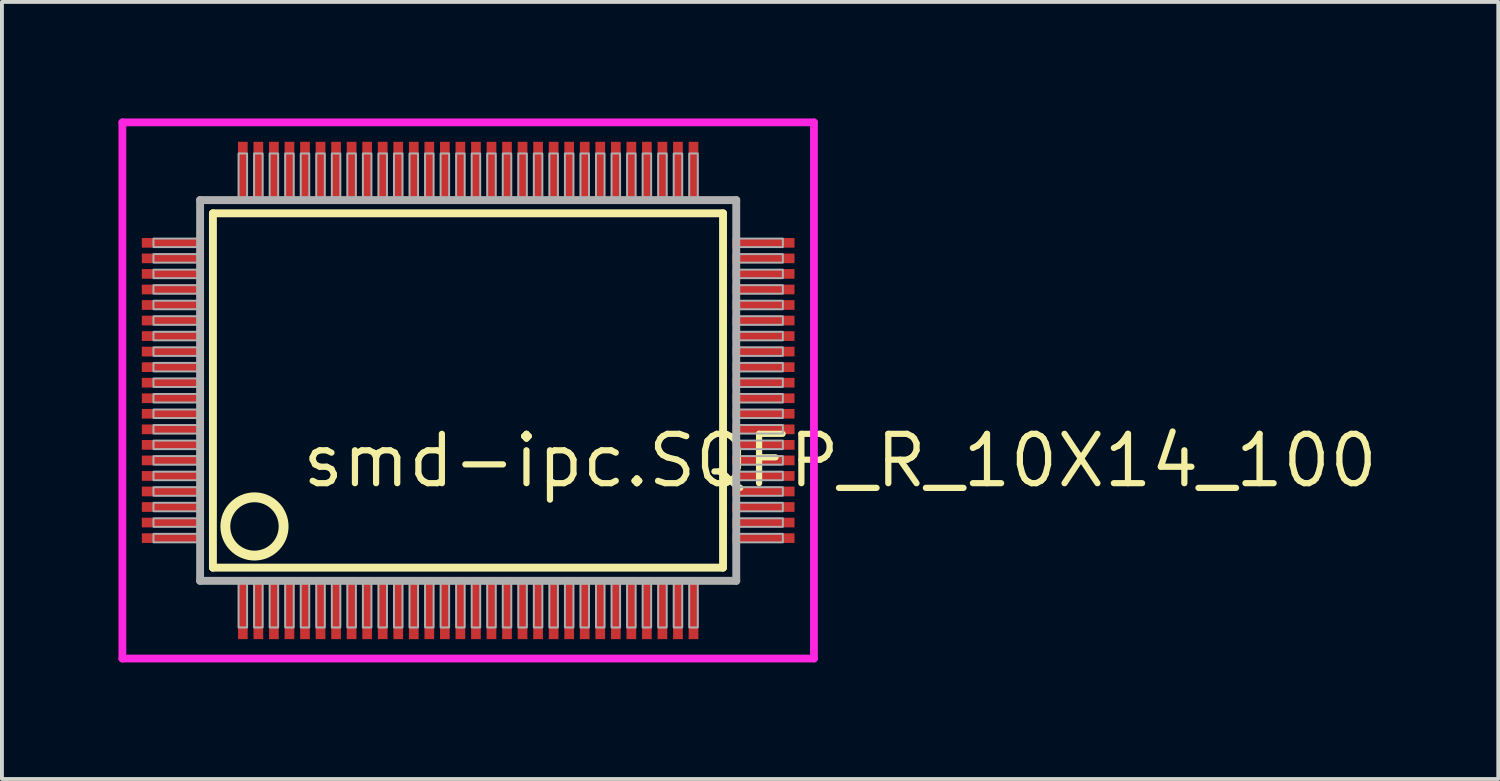
<source format=kicad_pcb>
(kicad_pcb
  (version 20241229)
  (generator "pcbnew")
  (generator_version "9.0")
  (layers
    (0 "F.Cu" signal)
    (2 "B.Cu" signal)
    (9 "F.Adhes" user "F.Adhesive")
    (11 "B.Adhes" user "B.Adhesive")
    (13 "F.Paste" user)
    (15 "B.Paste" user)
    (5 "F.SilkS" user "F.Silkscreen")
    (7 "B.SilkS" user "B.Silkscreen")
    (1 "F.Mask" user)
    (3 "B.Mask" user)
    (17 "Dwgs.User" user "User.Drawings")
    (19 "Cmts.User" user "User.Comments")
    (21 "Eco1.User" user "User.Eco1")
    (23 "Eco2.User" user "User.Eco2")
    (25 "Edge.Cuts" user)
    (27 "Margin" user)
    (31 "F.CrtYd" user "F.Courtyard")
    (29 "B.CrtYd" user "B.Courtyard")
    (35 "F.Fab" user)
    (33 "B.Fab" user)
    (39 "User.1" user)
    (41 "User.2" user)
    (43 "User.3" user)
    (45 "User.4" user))
  (footprint "smd-ipc.SQFP_R_10X14_100"
    (layer "F.Cu")
    (at 9 7)
    (property "Reference" "smd-ipc.SQFP_R_10X14_100" (at -4.35 2.55 0) (layer "F.SilkS") (effects (font (size 1.27 1.27) (thickness 0.16)) (justify left bottom)))
    (attr smd)
    (fp_line (start -6.57 -4.56) (end 6.56 -4.56) (stroke (width 0.203) (type default)) (layer "F.SilkS"))
    (fp_line (start -6.57 4.56) (end -6.57 -4.56) (stroke (width 0.203) (type default)) (layer "F.SilkS"))
    (fp_line (start 6.56 -4.56) (end 6.56 4.56) (stroke (width 0.203) (type default)) (layer "F.SilkS"))
    (fp_line (start 6.56 4.56) (end -6.57 4.56) (stroke (width 0.203) (type default)) (layer "F.SilkS"))
    (fp_circle (center -5.5 3.5) (end -4.75 3.5) (stroke (width 0.254) (type default)) (fill no) (layer "F.SilkS"))
    (fp_line (start -8.9 -6.9) (end 8.9 -6.9) (stroke (width 0.2) (type default)) (layer "F.CrtYd"))
    (fp_line (start -8.9 6.9) (end -8.9 -6.9) (stroke (width 0.2) (type default)) (layer "F.CrtYd"))
    (fp_line (start 8.9 -6.9) (end 8.9 6.9) (stroke (width 0.2) (type default)) (layer "F.CrtYd"))
    (fp_line (start 8.9 6.9) (end -8.9 6.9) (stroke (width 0.2) (type default)) (layer "F.CrtYd"))
    (fp_line (start -6.9 -4.9) (end -6.9 4.9) (stroke (width 0.203) (type default)) (layer "F.Fab"))
    (fp_line (start -6.9 4.9) (end 6.9 4.9) (stroke (width 0.203) (type default)) (layer "F.Fab"))
    (fp_line (start 6.9 -4.9) (end -6.9 -4.9) (stroke (width 0.203) (type default)) (layer "F.Fab"))
    (fp_line (start 6.9 4.9) (end 6.9 -4.9) (stroke (width 0.203) (type default)) (layer "F.Fab"))
    (fp_rect (start -8.1 -3.69) (end -6.95 -3.91) (stroke (width 0.05) (type default)) (fill no) (layer "F.Fab"))
    (fp_rect (start -8.1 -3.29) (end -6.95 -3.51) (stroke (width 0.05) (type default)) (fill no) (layer "F.Fab"))
    (fp_rect (start -8.1 -2.89) (end -6.95 -3.11) (stroke (width 0.05) (type default)) (fill no) (layer "F.Fab"))
    (fp_rect (start -8.1 -2.49) (end -6.95 -2.71) (stroke (width 0.05) (type default)) (fill no) (layer "F.Fab"))
    (fp_rect (start -8.1 -2.09) (end -6.95 -2.31) (stroke (width 0.05) (type default)) (fill no) (layer "F.Fab"))
    (fp_rect (start -8.1 -1.69) (end -6.95 -1.91) (stroke (width 0.05) (type default)) (fill no) (layer "F.Fab"))
    (fp_rect (start -8.1 -1.29) (end -6.95 -1.51) (stroke (width 0.05) (type default)) (fill no) (layer "F.Fab"))
    (fp_rect (start -8.1 -0.89) (end -6.95 -1.11) (stroke (width 0.05) (type default)) (fill no) (layer "F.Fab"))
    (fp_rect (start -8.1 -0.49) (end -6.95 -0.71) (stroke (width 0.05) (type default)) (fill no) (layer "F.Fab"))
    (fp_rect (start -8.1 -0.09) (end -6.95 -0.31) (stroke (width 0.05) (type default)) (fill no) (layer "F.Fab"))
    (fp_rect (start -8.1 0.31) (end -6.95 0.09) (stroke (width 0.05) (type default)) (fill no) (layer "F.Fab"))
    (fp_rect (start -8.1 0.71) (end -6.95 0.49) (stroke (width 0.05) (type default)) (fill no) (layer "F.Fab"))
    (fp_rect (start -8.1 1.11) (end -6.95 0.89) (stroke (width 0.05) (type default)) (fill no) (layer "F.Fab"))
    (fp_rect (start -8.1 1.51) (end -6.95 1.29) (stroke (width 0.05) (type default)) (fill no) (layer "F.Fab"))
    (fp_rect (start -8.1 1.91) (end -6.95 1.69) (stroke (width 0.05) (type default)) (fill no) (layer "F.Fab"))
    (fp_rect (start -8.1 2.31) (end -6.95 2.09) (stroke (width 0.05) (type default)) (fill no) (layer "F.Fab"))
    (fp_rect (start -8.1 2.71) (end -6.95 2.49) (stroke (width 0.05) (type default)) (fill no) (layer "F.Fab"))
    (fp_rect (start -8.1 3.11) (end -6.95 2.89) (stroke (width 0.05) (type default)) (fill no) (layer "F.Fab"))
    (fp_rect (start -8.1 3.51) (end -6.95 3.29) (stroke (width 0.05) (type default)) (fill no) (layer "F.Fab"))
    (fp_rect (start -8.1 3.91) (end -6.95 3.69) (stroke (width 0.05) (type default)) (fill no) (layer "F.Fab"))
    (fp_rect (start -5.91 -4.95) (end -5.69 -6.1) (stroke (width 0.05) (type default)) (fill no) (layer "F.Fab"))
    (fp_rect (start -5.91 6.1) (end -5.69 4.95) (stroke (width 0.05) (type default)) (fill no) (layer "F.Fab"))
    (fp_rect (start -5.51 -4.95) (end -5.29 -6.1) (stroke (width 0.05) (type default)) (fill no) (layer "F.Fab"))
    (fp_rect (start -5.51 6.1) (end -5.29 4.95) (stroke (width 0.05) (type default)) (fill no) (layer "F.Fab"))
    (fp_rect (start -5.11 -4.95) (end -4.89 -6.1) (stroke (width 0.05) (type default)) (fill no) (layer "F.Fab"))
    (fp_rect (start -5.11 6.1) (end -4.89 4.95) (stroke (width 0.05) (type default)) (fill no) (layer "F.Fab"))
    (fp_rect (start -4.71 -4.95) (end -4.49 -6.1) (stroke (width 0.05) (type default)) (fill no) (layer "F.Fab"))
    (fp_rect (start -4.71 6.1) (end -4.49 4.95) (stroke (width 0.05) (type default)) (fill no) (layer "F.Fab"))
    (fp_rect (start -4.31 -4.95) (end -4.09 -6.1) (stroke (width 0.05) (type default)) (fill no) (layer "F.Fab"))
    (fp_rect (start -4.31 6.1) (end -4.09 4.95) (stroke (width 0.05) (type default)) (fill no) (layer "F.Fab"))
    (fp_rect (start -3.91 -4.95) (end -3.69 -6.1) (stroke (width 0.05) (type default)) (fill no) (layer "F.Fab"))
    (fp_rect (start -3.91 6.1) (end -3.69 4.95) (stroke (width 0.05) (type default)) (fill no) (layer "F.Fab"))
    (fp_rect (start -3.51 -4.95) (end -3.29 -6.1) (stroke (width 0.05) (type default)) (fill no) (layer "F.Fab"))
    (fp_rect (start -3.51 6.1) (end -3.29 4.95) (stroke (width 0.05) (type default)) (fill no) (layer "F.Fab"))
    (fp_rect (start -3.11 -4.95) (end -2.89 -6.1) (stroke (width 0.05) (type default)) (fill no) (layer "F.Fab"))
    (fp_rect (start -3.11 6.1) (end -2.89 4.95) (stroke (width 0.05) (type default)) (fill no) (layer "F.Fab"))
    (fp_rect (start -2.71 -4.95) (end -2.49 -6.1) (stroke (width 0.05) (type default)) (fill no) (layer "F.Fab"))
    (fp_rect (start -2.71 6.1) (end -2.49 4.95) (stroke (width 0.05) (type default)) (fill no) (layer "F.Fab"))
    (fp_rect (start -2.31 -4.95) (end -2.09 -6.1) (stroke (width 0.05) (type default)) (fill no) (layer "F.Fab"))
    (fp_rect (start -2.31 6.1) (end -2.09 4.95) (stroke (width 0.05) (type default)) (fill no) (layer "F.Fab"))
    (fp_rect (start -1.91 -4.95) (end -1.69 -6.1) (stroke (width 0.05) (type default)) (fill no) (layer "F.Fab"))
    (fp_rect (start -1.91 6.1) (end -1.69 4.95) (stroke (width 0.05) (type default)) (fill no) (layer "F.Fab"))
    (fp_rect (start -1.51 -4.95) (end -1.29 -6.1) (stroke (width 0.05) (type default)) (fill no) (layer "F.Fab"))
    (fp_rect (start -1.51 6.1) (end -1.29 4.95) (stroke (width 0.05) (type default)) (fill no) (layer "F.Fab"))
    (fp_rect (start -1.11 -4.95) (end -0.89 -6.1) (stroke (width 0.05) (type default)) (fill no) (layer "F.Fab"))
    (fp_rect (start -1.11 6.1) (end -0.89 4.95) (stroke (width 0.05) (type default)) (fill no) (layer "F.Fab"))
    (fp_rect (start -0.71 -4.95) (end -0.49 -6.1) (stroke (width 0.05) (type default)) (fill no) (layer "F.Fab"))
    (fp_rect (start -0.71 6.1) (end -0.49 4.95) (stroke (width 0.05) (type default)) (fill no) (layer "F.Fab"))
    (fp_rect (start -0.31 -4.95) (end -0.09 -6.1) (stroke (width 0.05) (type default)) (fill no) (layer "F.Fab"))
    (fp_rect (start -0.31 6.1) (end -0.09 4.95) (stroke (width 0.05) (type default)) (fill no) (layer "F.Fab"))
    (fp_rect (start 0.09 -4.95) (end 0.31 -6.1) (stroke (width 0.05) (type default)) (fill no) (layer "F.Fab"))
    (fp_rect (start 0.09 6.1) (end 0.31 4.95) (stroke (width 0.05) (type default)) (fill no) (layer "F.Fab"))
    (fp_rect (start 0.49 -4.95) (end 0.71 -6.1) (stroke (width 0.05) (type default)) (fill no) (layer "F.Fab"))
    (fp_rect (start 0.49 6.1) (end 0.71 4.95) (stroke (width 0.05) (type default)) (fill no) (layer "F.Fab"))
    (fp_rect (start 0.89 -4.95) (end 1.11 -6.1) (stroke (width 0.05) (type default)) (fill no) (layer "F.Fab"))
    (fp_rect (start 0.89 6.1) (end 1.11 4.95) (stroke (width 0.05) (type default)) (fill no) (layer "F.Fab"))
    (fp_rect (start 1.29 -4.95) (end 1.51 -6.1) (stroke (width 0.05) (type default)) (fill no) (layer "F.Fab"))
    (fp_rect (start 1.29 6.1) (end 1.51 4.95) (stroke (width 0.05) (type default)) (fill no) (layer "F.Fab"))
    (fp_rect (start 1.69 -4.95) (end 1.91 -6.1) (stroke (width 0.05) (type default)) (fill no) (layer "F.Fab"))
    (fp_rect (start 1.69 6.1) (end 1.91 4.95) (stroke (width 0.05) (type default)) (fill no) (layer "F.Fab"))
    (fp_rect (start 2.09 -4.95) (end 2.31 -6.1) (stroke (width 0.05) (type default)) (fill no) (layer "F.Fab"))
    (fp_rect (start 2.09 6.1) (end 2.31 4.95) (stroke (width 0.05) (type default)) (fill no) (layer "F.Fab"))
    (fp_rect (start 2.49 -4.95) (end 2.71 -6.1) (stroke (width 0.05) (type default)) (fill no) (layer "F.Fab"))
    (fp_rect (start 2.49 6.1) (end 2.71 4.95) (stroke (width 0.05) (type default)) (fill no) (layer "F.Fab"))
    (fp_rect (start 2.89 -4.95) (end 3.11 -6.1) (stroke (width 0.05) (type default)) (fill no) (layer "F.Fab"))
    (fp_rect (start 2.89 6.1) (end 3.11 4.95) (stroke (width 0.05) (type default)) (fill no) (layer "F.Fab"))
    (fp_rect (start 3.29 -4.95) (end 3.51 -6.1) (stroke (width 0.05) (type default)) (fill no) (layer "F.Fab"))
    (fp_rect (start 3.29 6.1) (end 3.51 4.95) (stroke (width 0.05) (type default)) (fill no) (layer "F.Fab"))
    (fp_rect (start 3.69 -4.95) (end 3.91 -6.1) (stroke (width 0.05) (type default)) (fill no) (layer "F.Fab"))
    (fp_rect (start 3.69 6.1) (end 3.91 4.95) (stroke (width 0.05) (type default)) (fill no) (layer "F.Fab"))
    (fp_rect (start 4.09 -4.95) (end 4.31 -6.1) (stroke (width 0.05) (type default)) (fill no) (layer "F.Fab"))
    (fp_rect (start 4.09 6.1) (end 4.31 4.95) (stroke (width 0.05) (type default)) (fill no) (layer "F.Fab"))
    (fp_rect (start 4.49 -4.95) (end 4.71 -6.1) (stroke (width 0.05) (type default)) (fill no) (layer "F.Fab"))
    (fp_rect (start 4.49 6.1) (end 4.71 4.95) (stroke (width 0.05) (type default)) (fill no) (layer "F.Fab"))
    (fp_rect (start 4.89 -4.95) (end 5.11 -6.1) (stroke (width 0.05) (type default)) (fill no) (layer "F.Fab"))
    (fp_rect (start 4.89 6.1) (end 5.11 4.95) (stroke (width 0.05) (type default)) (fill no) (layer "F.Fab"))
    (fp_rect (start 5.29 -4.95) (end 5.51 -6.1) (stroke (width 0.05) (type default)) (fill no) (layer "F.Fab"))
    (fp_rect (start 5.29 6.1) (end 5.51 4.95) (stroke (width 0.05) (type default)) (fill no) (layer "F.Fab"))
    (fp_rect (start 5.69 -4.95) (end 5.91 -6.1) (stroke (width 0.05) (type default)) (fill no) (layer "F.Fab"))
    (fp_rect (start 5.69 6.1) (end 5.91 4.95) (stroke (width 0.05) (type default)) (fill no) (layer "F.Fab"))
    (fp_rect (start 6.95 -3.69) (end 8.1 -3.91) (stroke (width 0.05) (type default)) (fill no) (layer "F.Fab"))
    (fp_rect (start 6.95 -3.29) (end 8.1 -3.51) (stroke (width 0.05) (type default)) (fill no) (layer "F.Fab"))
    (fp_rect (start 6.95 -2.89) (end 8.1 -3.11) (stroke (width 0.05) (type default)) (fill no) (layer "F.Fab"))
    (fp_rect (start 6.95 -2.49) (end 8.1 -2.71) (stroke (width 0.05) (type default)) (fill no) (layer "F.Fab"))
    (fp_rect (start 6.95 -2.09) (end 8.1 -2.31) (stroke (width 0.05) (type default)) (fill no) (layer "F.Fab"))
    (fp_rect (start 6.95 -1.69) (end 8.1 -1.91) (stroke (width 0.05) (type default)) (fill no) (layer "F.Fab"))
    (fp_rect (start 6.95 -1.29) (end 8.1 -1.51) (stroke (width 0.05) (type default)) (fill no) (layer "F.Fab"))
    (fp_rect (start 6.95 -0.89) (end 8.1 -1.11) (stroke (width 0.05) (type default)) (fill no) (layer "F.Fab"))
    (fp_rect (start 6.95 -0.49) (end 8.1 -0.71) (stroke (width 0.05) (type default)) (fill no) (layer "F.Fab"))
    (fp_rect (start 6.95 -0.09) (end 8.1 -0.31) (stroke (width 0.05) (type default)) (fill no) (layer "F.Fab"))
    (fp_rect (start 6.95 0.31) (end 8.1 0.09) (stroke (width 0.05) (type default)) (fill no) (layer "F.Fab"))
    (fp_rect (start 6.95 0.71) (end 8.1 0.49) (stroke (width 0.05) (type default)) (fill no) (layer "F.Fab"))
    (fp_rect (start 6.95 1.11) (end 8.1 0.89) (stroke (width 0.05) (type default)) (fill no) (layer "F.Fab"))
    (fp_rect (start 6.95 1.51) (end 8.1 1.29) (stroke (width 0.05) (type default)) (fill no) (layer "F.Fab"))
    (fp_rect (start 6.95 1.91) (end 8.1 1.69) (stroke (width 0.05) (type default)) (fill no) (layer "F.Fab"))
    (fp_rect (start 6.95 2.31) (end 8.1 2.09) (stroke (width 0.05) (type default)) (fill no) (layer "F.Fab"))
    (fp_rect (start 6.95 2.71) (end 8.1 2.49) (stroke (width 0.05) (type default)) (fill no) (layer "F.Fab"))
    (fp_rect (start 6.95 3.11) (end 8.1 2.89) (stroke (width 0.05) (type default)) (fill no) (layer "F.Fab"))
    (fp_rect (start 6.95 3.51) (end 8.1 3.29) (stroke (width 0.05) (type default)) (fill no) (layer "F.Fab"))
    (fp_rect (start 6.95 3.91) (end 8.1 3.69) (stroke (width 0.05) (type default)) (fill no) (layer "F.Fab"))
    (pad "1" smd roundrect (at -5.8 5.6) (size 0.25 1.6) (layers "F.Cu" "F.Mask" "F.Paste") (roundrect_rratio 0.01))
    (pad "2" smd roundrect (at -5.4 5.6) (size 0.25 1.6) (layers "F.Cu" "F.Mask" "F.Paste") (roundrect_rratio 0.01))
    (pad "3" smd roundrect (at -5 5.6) (size 0.25 1.6) (layers "F.Cu" "F.Mask" "F.Paste") (roundrect_rratio 0.01))
    (pad "4" smd roundrect (at -4.6 5.6) (size 0.25 1.6) (layers "F.Cu" "F.Mask" "F.Paste") (roundrect_rratio 0.01))
    (pad "5" smd roundrect (at -4.2 5.6) (size 0.25 1.6) (layers "F.Cu" "F.Mask" "F.Paste") (roundrect_rratio 0.01))
    (pad "6" smd roundrect (at -3.8 5.6) (size 0.25 1.6) (layers "F.Cu" "F.Mask" "F.Paste") (roundrect_rratio 0.01))
    (pad "7" smd roundrect (at -3.4 5.6) (size 0.25 1.6) (layers "F.Cu" "F.Mask" "F.Paste") (roundrect_rratio 0.01))
    (pad "8" smd roundrect (at -3 5.6) (size 0.25 1.6) (layers "F.Cu" "F.Mask" "F.Paste") (roundrect_rratio 0.01))
    (pad "9" smd roundrect (at -2.6 5.6) (size 0.25 1.6) (layers "F.Cu" "F.Mask" "F.Paste") (roundrect_rratio 0.01))
    (pad "10" smd roundrect (at -2.2 5.6) (size 0.25 1.6) (layers "F.Cu" "F.Mask" "F.Paste") (roundrect_rratio 0.01))
    (pad "11" smd roundrect (at -1.8 5.6) (size 0.25 1.6) (layers "F.Cu" "F.Mask" "F.Paste") (roundrect_rratio 0.01))
    (pad "12" smd roundrect (at -1.4 5.6) (size 0.25 1.6) (layers "F.Cu" "F.Mask" "F.Paste") (roundrect_rratio 0.01))
    (pad "13" smd roundrect (at -1 5.6) (size 0.25 1.6) (layers "F.Cu" "F.Mask" "F.Paste") (roundrect_rratio 0.01))
    (pad "14" smd roundrect (at -0.6 5.6) (size 0.25 1.6) (layers "F.Cu" "F.Mask" "F.Paste") (roundrect_rratio 0.01))
    (pad "15" smd roundrect (at -0.2 5.6) (size 0.25 1.6) (layers "F.Cu" "F.Mask" "F.Paste") (roundrect_rratio 0.01))
    (pad "16" smd roundrect (at 0.2 5.6) (size 0.25 1.6) (layers "F.Cu" "F.Mask" "F.Paste") (roundrect_rratio 0.01))
    (pad "17" smd roundrect (at 0.6 5.6) (size 0.25 1.6) (layers "F.Cu" "F.Mask" "F.Paste") (roundrect_rratio 0.01))
    (pad "18" smd roundrect (at 1 5.6) (size 0.25 1.6) (layers "F.Cu" "F.Mask" "F.Paste") (roundrect_rratio 0.01))
    (pad "19" smd roundrect (at 1.4 5.6) (size 0.25 1.6) (layers "F.Cu" "F.Mask" "F.Paste") (roundrect_rratio 0.01))
    (pad "20" smd roundrect (at 1.8 5.6) (size 0.25 1.6) (layers "F.Cu" "F.Mask" "F.Paste") (roundrect_rratio 0.01))
    (pad "21" smd roundrect (at 2.2 5.6) (size 0.25 1.6) (layers "F.Cu" "F.Mask" "F.Paste") (roundrect_rratio 0.01))
    (pad "22" smd roundrect (at 2.6 5.6) (size 0.25 1.6) (layers "F.Cu" "F.Mask" "F.Paste") (roundrect_rratio 0.01))
    (pad "23" smd roundrect (at 3 5.6) (size 0.25 1.6) (layers "F.Cu" "F.Mask" "F.Paste") (roundrect_rratio 0.01))
    (pad "24" smd roundrect (at 3.4 5.6) (size 0.25 1.6) (layers "F.Cu" "F.Mask" "F.Paste") (roundrect_rratio 0.01))
    (pad "25" smd roundrect (at 3.8 5.6) (size 0.25 1.6) (layers "F.Cu" "F.Mask" "F.Paste") (roundrect_rratio 0.01))
    (pad "26" smd roundrect (at 4.2 5.6) (size 0.25 1.6) (layers "F.Cu" "F.Mask" "F.Paste") (roundrect_rratio 0.01))
    (pad "27" smd roundrect (at 4.6 5.6) (size 0.25 1.6) (layers "F.Cu" "F.Mask" "F.Paste") (roundrect_rratio 0.01))
    (pad "28" smd roundrect (at 5 5.6) (size 0.25 1.6) (layers "F.Cu" "F.Mask" "F.Paste") (roundrect_rratio 0.01))
    (pad "29" smd roundrect (at 5.4 5.6) (size 0.25 1.6) (layers "F.Cu" "F.Mask" "F.Paste") (roundrect_rratio 0.01))
    (pad "30" smd roundrect (at 5.8 5.6) (size 0.25 1.6) (layers "F.Cu" "F.Mask" "F.Paste") (roundrect_rratio 0.01))
    (pad "31" smd roundrect (at 7.6 3.8) (size 1.6 0.25) (layers "F.Cu" "F.Mask" "F.Paste") (roundrect_rratio 0.01))
    (pad "32" smd roundrect (at 7.6 3.4) (size 1.6 0.25) (layers "F.Cu" "F.Mask" "F.Paste") (roundrect_rratio 0.01))
    (pad "33" smd roundrect (at 7.6 3) (size 1.6 0.25) (layers "F.Cu" "F.Mask" "F.Paste") (roundrect_rratio 0.01))
    (pad "34" smd roundrect (at 7.6 2.6) (size 1.6 0.25) (layers "F.Cu" "F.Mask" "F.Paste") (roundrect_rratio 0.01))
    (pad "35" smd roundrect (at 7.6 2.2) (size 1.6 0.25) (layers "F.Cu" "F.Mask" "F.Paste") (roundrect_rratio 0.01))
    (pad "36" smd roundrect (at 7.6 1.8) (size 1.6 0.25) (layers "F.Cu" "F.Mask" "F.Paste") (roundrect_rratio 0.01))
    (pad "37" smd roundrect (at 7.6 1.4) (size 1.6 0.25) (layers "F.Cu" "F.Mask" "F.Paste") (roundrect_rratio 0.01))
    (pad "38" smd roundrect (at 7.6 1) (size 1.6 0.25) (layers "F.Cu" "F.Mask" "F.Paste") (roundrect_rratio 0.01))
    (pad "39" smd roundrect (at 7.6 0.6) (size 1.6 0.25) (layers "F.Cu" "F.Mask" "F.Paste") (roundrect_rratio 0.01))
    (pad "40" smd roundrect (at 7.6 0.2) (size 1.6 0.25) (layers "F.Cu" "F.Mask" "F.Paste") (roundrect_rratio 0.01))
    (pad "41" smd roundrect (at 7.6 -0.2) (size 1.6 0.25) (layers "F.Cu" "F.Mask" "F.Paste") (roundrect_rratio 0.01))
    (pad "42" smd roundrect (at 7.6 -0.6) (size 1.6 0.25) (layers "F.Cu" "F.Mask" "F.Paste") (roundrect_rratio 0.01))
    (pad "43" smd roundrect (at 7.6 -1) (size 1.6 0.25) (layers "F.Cu" "F.Mask" "F.Paste") (roundrect_rratio 0.01))
    (pad "44" smd roundrect (at 7.6 -1.4) (size 1.6 0.25) (layers "F.Cu" "F.Mask" "F.Paste") (roundrect_rratio 0.01))
    (pad "45" smd roundrect (at 7.6 -1.8) (size 1.6 0.25) (layers "F.Cu" "F.Mask" "F.Paste") (roundrect_rratio 0.01))
    (pad "46" smd roundrect (at 7.6 -2.2) (size 1.6 0.25) (layers "F.Cu" "F.Mask" "F.Paste") (roundrect_rratio 0.01))
    (pad "47" smd roundrect (at 7.6 -2.6) (size 1.6 0.25) (layers "F.Cu" "F.Mask" "F.Paste") (roundrect_rratio 0.01))
    (pad "48" smd roundrect (at 7.6 -3) (size 1.6 0.25) (layers "F.Cu" "F.Mask" "F.Paste") (roundrect_rratio 0.01))
    (pad "49" smd roundrect (at 7.6 -3.4) (size 1.6 0.25) (layers "F.Cu" "F.Mask" "F.Paste") (roundrect_rratio 0.01))
    (pad "50" smd roundrect (at 7.6 -3.8) (size 1.6 0.25) (layers "F.Cu" "F.Mask" "F.Paste") (roundrect_rratio 0.01))
    (pad "51" smd roundrect (at 5.8 -5.6) (size 0.25 1.6) (layers "F.Cu" "F.Mask" "F.Paste") (roundrect_rratio 0.01))
    (pad "52" smd roundrect (at 5.4 -5.6) (size 0.25 1.6) (layers "F.Cu" "F.Mask" "F.Paste") (roundrect_rratio 0.01))
    (pad "53" smd roundrect (at 5 -5.6) (size 0.25 1.6) (layers "F.Cu" "F.Mask" "F.Paste") (roundrect_rratio 0.01))
    (pad "54" smd roundrect (at 4.6 -5.6) (size 0.25 1.6) (layers "F.Cu" "F.Mask" "F.Paste") (roundrect_rratio 0.01))
    (pad "55" smd roundrect (at 4.2 -5.6) (size 0.25 1.6) (layers "F.Cu" "F.Mask" "F.Paste") (roundrect_rratio 0.01))
    (pad "56" smd roundrect (at 3.8 -5.6) (size 0.25 1.6) (layers "F.Cu" "F.Mask" "F.Paste") (roundrect_rratio 0.01))
    (pad "57" smd roundrect (at 3.4 -5.6) (size 0.25 1.6) (layers "F.Cu" "F.Mask" "F.Paste") (roundrect_rratio 0.01))
    (pad "58" smd roundrect (at 3 -5.6) (size 0.25 1.6) (layers "F.Cu" "F.Mask" "F.Paste") (roundrect_rratio 0.01))
    (pad "59" smd roundrect (at 2.6 -5.6) (size 0.25 1.6) (layers "F.Cu" "F.Mask" "F.Paste") (roundrect_rratio 0.01))
    (pad "60" smd roundrect (at 2.2 -5.6) (size 0.25 1.6) (layers "F.Cu" "F.Mask" "F.Paste") (roundrect_rratio 0.01))
    (pad "61" smd roundrect (at 1.8 -5.6) (size 0.25 1.6) (layers "F.Cu" "F.Mask" "F.Paste") (roundrect_rratio 0.01))
    (pad "62" smd roundrect (at 1.4 -5.6) (size 0.25 1.6) (layers "F.Cu" "F.Mask" "F.Paste") (roundrect_rratio 0.01))
    (pad "63" smd roundrect (at 1 -5.6) (size 0.25 1.6) (layers "F.Cu" "F.Mask" "F.Paste") (roundrect_rratio 0.01))
    (pad "64" smd roundrect (at 0.6 -5.6) (size 0.25 1.6) (layers "F.Cu" "F.Mask" "F.Paste") (roundrect_rratio 0.01))
    (pad "65" smd roundrect (at 0.2 -5.6) (size 0.25 1.6) (layers "F.Cu" "F.Mask" "F.Paste") (roundrect_rratio 0.01))
    (pad "66" smd roundrect (at -0.2 -5.6) (size 0.25 1.6) (layers "F.Cu" "F.Mask" "F.Paste") (roundrect_rratio 0.01))
    (pad "67" smd roundrect (at -0.6 -5.6) (size 0.25 1.6) (layers "F.Cu" "F.Mask" "F.Paste") (roundrect_rratio 0.01))
    (pad "68" smd roundrect (at -1 -5.6) (size 0.25 1.6) (layers "F.Cu" "F.Mask" "F.Paste") (roundrect_rratio 0.01))
    (pad "69" smd roundrect (at -1.4 -5.6) (size 0.25 1.6) (layers "F.Cu" "F.Mask" "F.Paste") (roundrect_rratio 0.01))
    (pad "70" smd roundrect (at -1.8 -5.6) (size 0.25 1.6) (layers "F.Cu" "F.Mask" "F.Paste") (roundrect_rratio 0.01))
    (pad "71" smd roundrect (at -2.2 -5.6) (size 0.25 1.6) (layers "F.Cu" "F.Mask" "F.Paste") (roundrect_rratio 0.01))
    (pad "72" smd roundrect (at -2.6 -5.6) (size 0.25 1.6) (layers "F.Cu" "F.Mask" "F.Paste") (roundrect_rratio 0.01))
    (pad "73" smd roundrect (at -3 -5.6) (size 0.25 1.6) (layers "F.Cu" "F.Mask" "F.Paste") (roundrect_rratio 0.01))
    (pad "74" smd roundrect (at -3.4 -5.6) (size 0.25 1.6) (layers "F.Cu" "F.Mask" "F.Paste") (roundrect_rratio 0.01))
    (pad "75" smd roundrect (at -3.8 -5.6) (size 0.25 1.6) (layers "F.Cu" "F.Mask" "F.Paste") (roundrect_rratio 0.01))
    (pad "76" smd roundrect (at -4.2 -5.6) (size 0.25 1.6) (layers "F.Cu" "F.Mask" "F.Paste") (roundrect_rratio 0.01))
    (pad "77" smd roundrect (at -4.6 -5.6) (size 0.25 1.6) (layers "F.Cu" "F.Mask" "F.Paste") (roundrect_rratio 0.01))
    (pad "78" smd roundrect (at -5 -5.6) (size 0.25 1.6) (layers "F.Cu" "F.Mask" "F.Paste") (roundrect_rratio 0.01))
    (pad "79" smd roundrect (at -5.4 -5.6) (size 0.25 1.6) (layers "F.Cu" "F.Mask" "F.Paste") (roundrect_rratio 0.01))
    (pad "80" smd roundrect (at -5.8 -5.6) (size 0.25 1.6) (layers "F.Cu" "F.Mask" "F.Paste") (roundrect_rratio 0.01))
    (pad "81" smd roundrect (at -7.6 -3.8) (size 1.6 0.25) (layers "F.Cu" "F.Mask" "F.Paste") (roundrect_rratio 0.01))
    (pad "82" smd roundrect (at -7.6 -3.4) (size 1.6 0.25) (layers "F.Cu" "F.Mask" "F.Paste") (roundrect_rratio 0.01))
    (pad "83" smd roundrect (at -7.6 -3) (size 1.6 0.25) (layers "F.Cu" "F.Mask" "F.Paste") (roundrect_rratio 0.01))
    (pad "84" smd roundrect (at -7.6 -2.6) (size 1.6 0.25) (layers "F.Cu" "F.Mask" "F.Paste") (roundrect_rratio 0.01))
    (pad "85" smd roundrect (at -7.6 -2.2) (size 1.6 0.25) (layers "F.Cu" "F.Mask" "F.Paste") (roundrect_rratio 0.01))
    (pad "86" smd roundrect (at -7.6 -1.8) (size 1.6 0.25) (layers "F.Cu" "F.Mask" "F.Paste") (roundrect_rratio 0.01))
    (pad "87" smd roundrect (at -7.6 -1.4) (size 1.6 0.25) (layers "F.Cu" "F.Mask" "F.Paste") (roundrect_rratio 0.01))
    (pad "88" smd roundrect (at -7.6 -1) (size 1.6 0.25) (layers "F.Cu" "F.Mask" "F.Paste") (roundrect_rratio 0.01))
    (pad "89" smd roundrect (at -7.6 -0.6) (size 1.6 0.25) (layers "F.Cu" "F.Mask" "F.Paste") (roundrect_rratio 0.01))
    (pad "90" smd roundrect (at -7.6 -0.2) (size 1.6 0.25) (layers "F.Cu" "F.Mask" "F.Paste") (roundrect_rratio 0.01))
    (pad "91" smd roundrect (at -7.6 0.2) (size 1.6 0.25) (layers "F.Cu" "F.Mask" "F.Paste") (roundrect_rratio 0.01))
    (pad "92" smd roundrect (at -7.6 0.6) (size 1.6 0.25) (layers "F.Cu" "F.Mask" "F.Paste") (roundrect_rratio 0.01))
    (pad "93" smd roundrect (at -7.6 1) (size 1.6 0.25) (layers "F.Cu" "F.Mask" "F.Paste") (roundrect_rratio 0.01))
    (pad "94" smd roundrect (at -7.6 1.4) (size 1.6 0.25) (layers "F.Cu" "F.Mask" "F.Paste") (roundrect_rratio 0.01))
    (pad "95" smd roundrect (at -7.6 1.8) (size 1.6 0.25) (layers "F.Cu" "F.Mask" "F.Paste") (roundrect_rratio 0.01))
    (pad "96" smd roundrect (at -7.6 2.2) (size 1.6 0.25) (layers "F.Cu" "F.Mask" "F.Paste") (roundrect_rratio 0.01))
    (pad "97" smd roundrect (at -7.6 2.6) (size 1.6 0.25) (layers "F.Cu" "F.Mask" "F.Paste") (roundrect_rratio 0.01))
    (pad "98" smd roundrect (at -7.6 3) (size 1.6 0.25) (layers "F.Cu" "F.Mask" "F.Paste") (roundrect_rratio 0.01))
    (pad "99" smd roundrect (at -7.6 3.4) (size 1.6 0.25) (layers "F.Cu" "F.Mask" "F.Paste") (roundrect_rratio 0.01))
    (pad "100" smd roundrect (at -7.6 3.8) (size 1.6 0.25) (layers "F.Cu" "F.Mask" "F.Paste") (roundrect_rratio 0.01)))
  (gr_rect
    (start -3 -3)
    (end 35.514 17)
    (stroke (width 0.1) (type default))
    (fill no)
    (layer "Edge.Cuts")))
</source>
